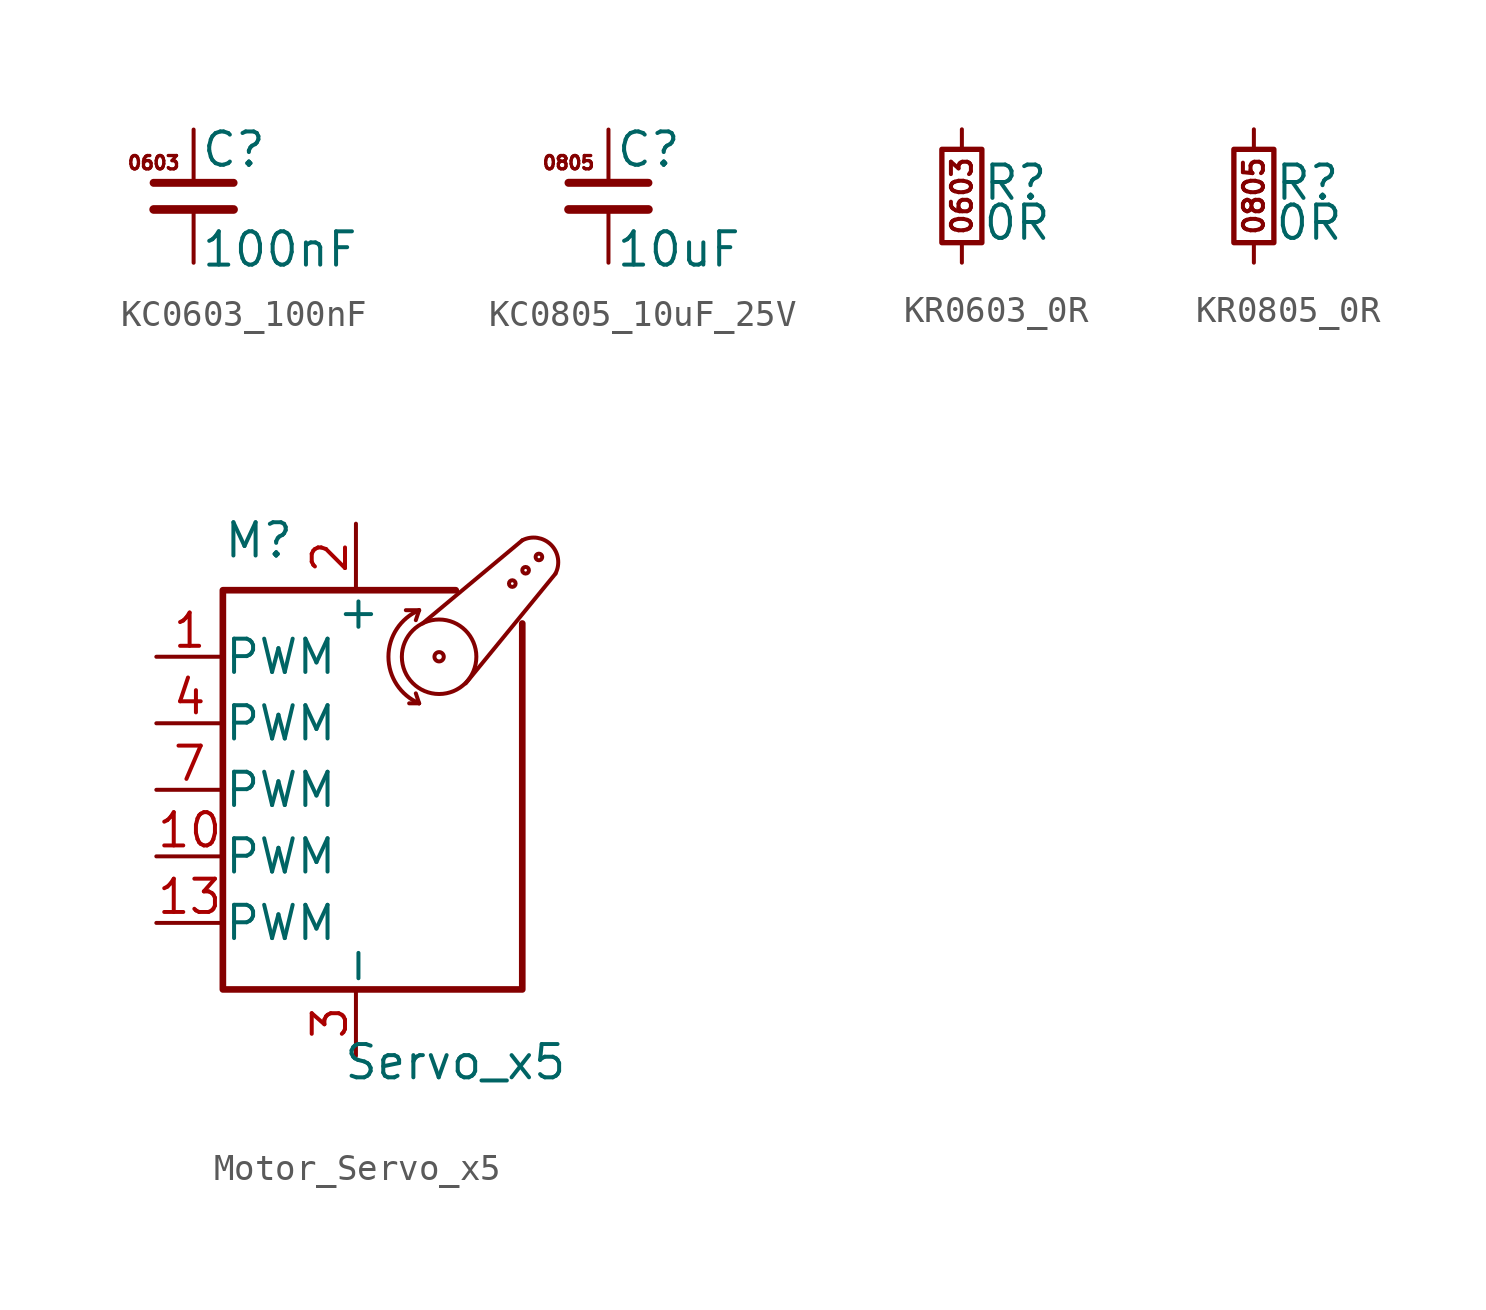
<source format=kicad_sym>
(kicad_symbol_lib
  (version 20231120)
  (generator "kicad_symbol_editor")
  (generator_version "8.0")
  (symbol "KC0603_100nF"
    (pin_numbers hide)
    (pin_names
      (offset 0.254) hide)
    (property "Reference" "C"
      (at 0.254 1.778 0)
      (effects (font (size 1.27 1.27)) (justify left)))
    (property "Value" "100nF"
      (at 0.254 -2.032 0)
      (effects (font (size 1.27 1.27)) (justify left)))
    (symbol "KC0603_100nF_0_1"
      (polyline (pts (xy -1.524 -0.508) (xy 1.524 -0.508)) (stroke (width 0.33) (type default)) (fill (type none)))
      (polyline (pts (xy -1.524 0.508) (xy 1.524 0.508)) (stroke (width 0.305) (type default)) (fill (type none))))
    (symbol "KC0603_100nF_1_1"
      (text "0603" (at -1.524 1.27 0) (effects (font (size 0.508 0.508))))
      (pin passive line (at 0 2.54 270) (length 2.032) (name "~" (effects (font (size 1.27 1.27)))) (number "1" (effects (font (size 1.27 1.27)))))
      (pin passive line (at 0 -2.54 90) (length 2.032) (name "~" (effects (font (size 1.27 1.27)))) (number "2" (effects (font (size 1.27 1.27)))))))
  (symbol "KC0805_10uF_25V"
    (pin_numbers hide)
    (pin_names
      (offset 0.254) hide)
    (property "Reference" "C"
      (at 0.254 1.778 0)
      (effects (font (size 1.27 1.27)) (justify left)))
    (property "Value" "10uF"
      (at 0.254 -2.032 0)
      (effects (font (size 1.27 1.27)) (justify left)))
    (symbol "KC0805_10uF_25V_0_1"
      (polyline (pts (xy -1.524 -0.508) (xy 1.524 -0.508)) (stroke (width 0.33) (type default)) (fill (type none)))
      (polyline (pts (xy -1.524 0.508) (xy 1.524 0.508)) (stroke (width 0.305) (type default)) (fill (type none))))
    (symbol "KC0805_10uF_25V_1_1"
      (text "0805" (at -1.524 1.27 0) (effects (font (size 0.508 0.508))))
      (pin passive line (at 0 2.54 270) (length 2.032) (name "~" (effects (font (size 1.27 1.27)))) (number "1" (effects (font (size 1.27 1.27)))))
      (pin passive line (at 0 -2.54 90) (length 2.032) (name "~" (effects (font (size 1.27 1.27)))) (number "2" (effects (font (size 1.27 1.27)))))))
  (symbol "KR0603_0R"
    (pin_numbers hide)
    (pin_names
      (offset 0.254) hide)
    (property "Reference" "R"
      (at 0.762 0.508 0)
      (effects (font (size 1.27 1.27)) (justify left)))
    (property "Value" "0R"
      (at 0.762 -1.016 0)
      (effects (font (size 1.27 1.27)) (justify left)))
    (symbol "KR0603_0R_0_1"
      (rectangle (start -0.762 1.778) (end 0.762 -1.778) (stroke (width 0.203) (type default)) (fill (type none))))
    (symbol "KR0603_0R_1_1"
      (text "0603" (at 0 0 900) (effects (font (size 0.762 0.762))))
      (pin passive line (at 0 2.54 270) (length 0.762) (name "~" (effects (font (size 1.27 1.27)))) (number "1" (effects (font (size 1.27 1.27)))))
      (pin passive line (at 0 -2.54 90) (length 0.762) (name "~" (effects (font (size 1.27 1.27)))) (number "2" (effects (font (size 1.27 1.27)))))))
  (symbol "KR0805_0R"
    (pin_numbers hide)
    (pin_names
      (offset 0.254) hide)
    (property "Reference" "R"
      (at 0.762 0.508 0)
      (effects (font (size 1.27 1.27)) (justify left)))
    (property "Value" "0R"
      (at 0.762 -1.016 0)
      (effects (font (size 1.27 1.27)) (justify left)))
    (symbol "KR0805_0R_0_1"
      (rectangle (start -0.762 1.778) (end 0.762 -1.778) (stroke (width 0.203) (type default)) (fill (type none))))
    (symbol "KR0805_0R_1_1"
      (text "0805" (at 0 0 900) (effects (font (size 0.762 0.762))))
      (pin passive line (at 0 2.54 270) (length 0.762) (name "~" (effects (font (size 1.27 1.27)))) (number "1" (effects (font (size 1.27 1.27)))))
      (pin passive line (at 0 -2.54 90) (length 0.762) (name "~" (effects (font (size 1.27 1.27)))) (number "2" (effects (font (size 1.27 1.27)))))))
  (symbol "Motor_Servo_x5"
    (pin_names
      (offset 0.025))
    (property "Reference" "M"
      (at -5.08 4.445 0)
      (effects (font (size 1.27 1.27)) (justify left)))
    (property "Value" "Servo_x5"
      (at -0.508 -14.732 0)
      (effects (font (size 1.27 1.27)) (justify left top)))
    (symbol "Motor_Servo_x5_0_1"
      (polyline (pts (xy 2.413 -1.778) (xy 2.032 -1.778)) (stroke (width 0) (type default)) (fill (type none)))
      (polyline (pts (xy 2.413 -1.778) (xy 2.286 -1.397)) (stroke (width 0) (type default)) (fill (type none)))
      (polyline (pts (xy 2.413 1.778) (xy 1.905 1.778)) (stroke (width 0) (type default)) (fill (type none)))
      (polyline (pts (xy 2.413 1.778) (xy 2.286 1.397)) (stroke (width 0) (type default)) (fill (type none)))
      (polyline (pts (xy 6.35 4.445) (xy 2.54 1.27)) (stroke (width 0) (type default)) (fill (type none)))
      (polyline (pts (xy 7.62 3.175) (xy 4.191 -1.016)) (stroke (width 0) (type default)) (fill (type none)))
      (polyline (pts (xy 3.81 2.54) (xy -5.08 2.54) (xy -5.08 -12.7) (xy 6.35 -12.7) (xy 6.35 1.27)) (stroke (width 0.254) (type default)) (fill (type none)))
      (arc (start 2.413 1.778) (mid 1.2406 0) (end 2.413 -1.778) (stroke (width 0) (type default)) (fill (type none)))
      (circle (center 3.175 0) (radius 0.178) (stroke (width 0) (type default)) (fill (type none)))
      (circle (center 3.175 0) (radius 1.422) (stroke (width 0) (type default)) (fill (type none)))
      (circle (center 5.969 2.794) (radius 0.127) (stroke (width 0) (type default)) (fill (type none)))
      (circle (center 6.477 3.302) (radius 0.127) (stroke (width 0) (type default)) (fill (type none)))
      (circle (center 6.985 3.81) (radius 0.127) (stroke (width 0) (type default)) (fill (type none)))
      (arc (start 7.62 3.175) (mid 7.4485 4.2735) (end 6.35 4.445) (stroke (width 0) (type default)) (fill (type none))))
    (symbol "Motor_Servo_x5_1_1"
      (pin passive line (at -7.62 0 0) (length 2.54) (name "PWM" (effects (font (size 1.27 1.27)))) (number "1" (effects (font (size 1.27 1.27)))))
      (pin passive line (at -7.62 -7.62 0) (length 2.54) (name "PWM" (effects (font (size 1.27 1.27)))) (number "10" (effects (font (size 1.27 1.27)))))
      (pin passive line (at 0 5.08 270) (length 2.54) hide (name "+" (effects (font (size 1.27 1.27)))) (number "11" (effects (font (size 1.27 1.27)))))
      (pin passive line (at 0 -15.24 90) (length 2.54) hide (name "-" (effects (font (size 1.27 1.27)))) (number "12" (effects (font (size 1.27 1.27)))))
      (pin passive line (at -7.62 -10.16 0) (length 2.54) (name "PWM" (effects (font (size 1.27 1.27)))) (number "13" (effects (font (size 1.27 1.27)))))
      (pin passive line (at 0 5.08 270) (length 2.54) hide (name "+" (effects (font (size 1.27 1.27)))) (number "14" (effects (font (size 1.27 1.27)))))
      (pin passive line (at 0 -15.24 90) (length 2.54) hide (name "-" (effects (font (size 1.27 1.27)))) (number "15" (effects (font (size 1.27 1.27)))))
      (pin passive line (at 0 5.08 270) (length 2.54) (name "+" (effects (font (size 1.27 1.27)))) (number "2" (effects (font (size 1.27 1.27)))))
      (pin passive line (at 0 -15.24 90) (length 2.54) (name "-" (effects (font (size 1.27 1.27)))) (number "3" (effects (font (size 1.27 1.27)))))
      (pin passive line (at -7.62 -2.54 0) (length 2.54) (name "PWM" (effects (font (size 1.27 1.27)))) (number "4" (effects (font (size 1.27 1.27)))))
      (pin passive line (at 0 5.08 270) (length 2.54) hide (name "+" (effects (font (size 1.27 1.27)))) (number "5" (effects (font (size 1.27 1.27)))))
      (pin passive line (at 0 -15.24 90) (length 2.54) hide (name "-" (effects (font (size 1.27 1.27)))) (number "6" (effects (font (size 1.27 1.27)))))
      (pin passive line (at -7.62 -5.08 0) (length 2.54) (name "PWM" (effects (font (size 1.27 1.27)))) (number "7" (effects (font (size 1.27 1.27)))))
      (pin passive line (at 0 5.08 270) (length 2.54) hide (name "+" (effects (font (size 1.27 1.27)))) (number "8" (effects (font (size 1.27 1.27)))))
      (pin passive line (at 0 -15.24 90) (length 2.54) hide (name "-" (effects (font (size 1.27 1.27)))) (number "9" (effects (font (size 1.27 1.27))))))))
</source>
